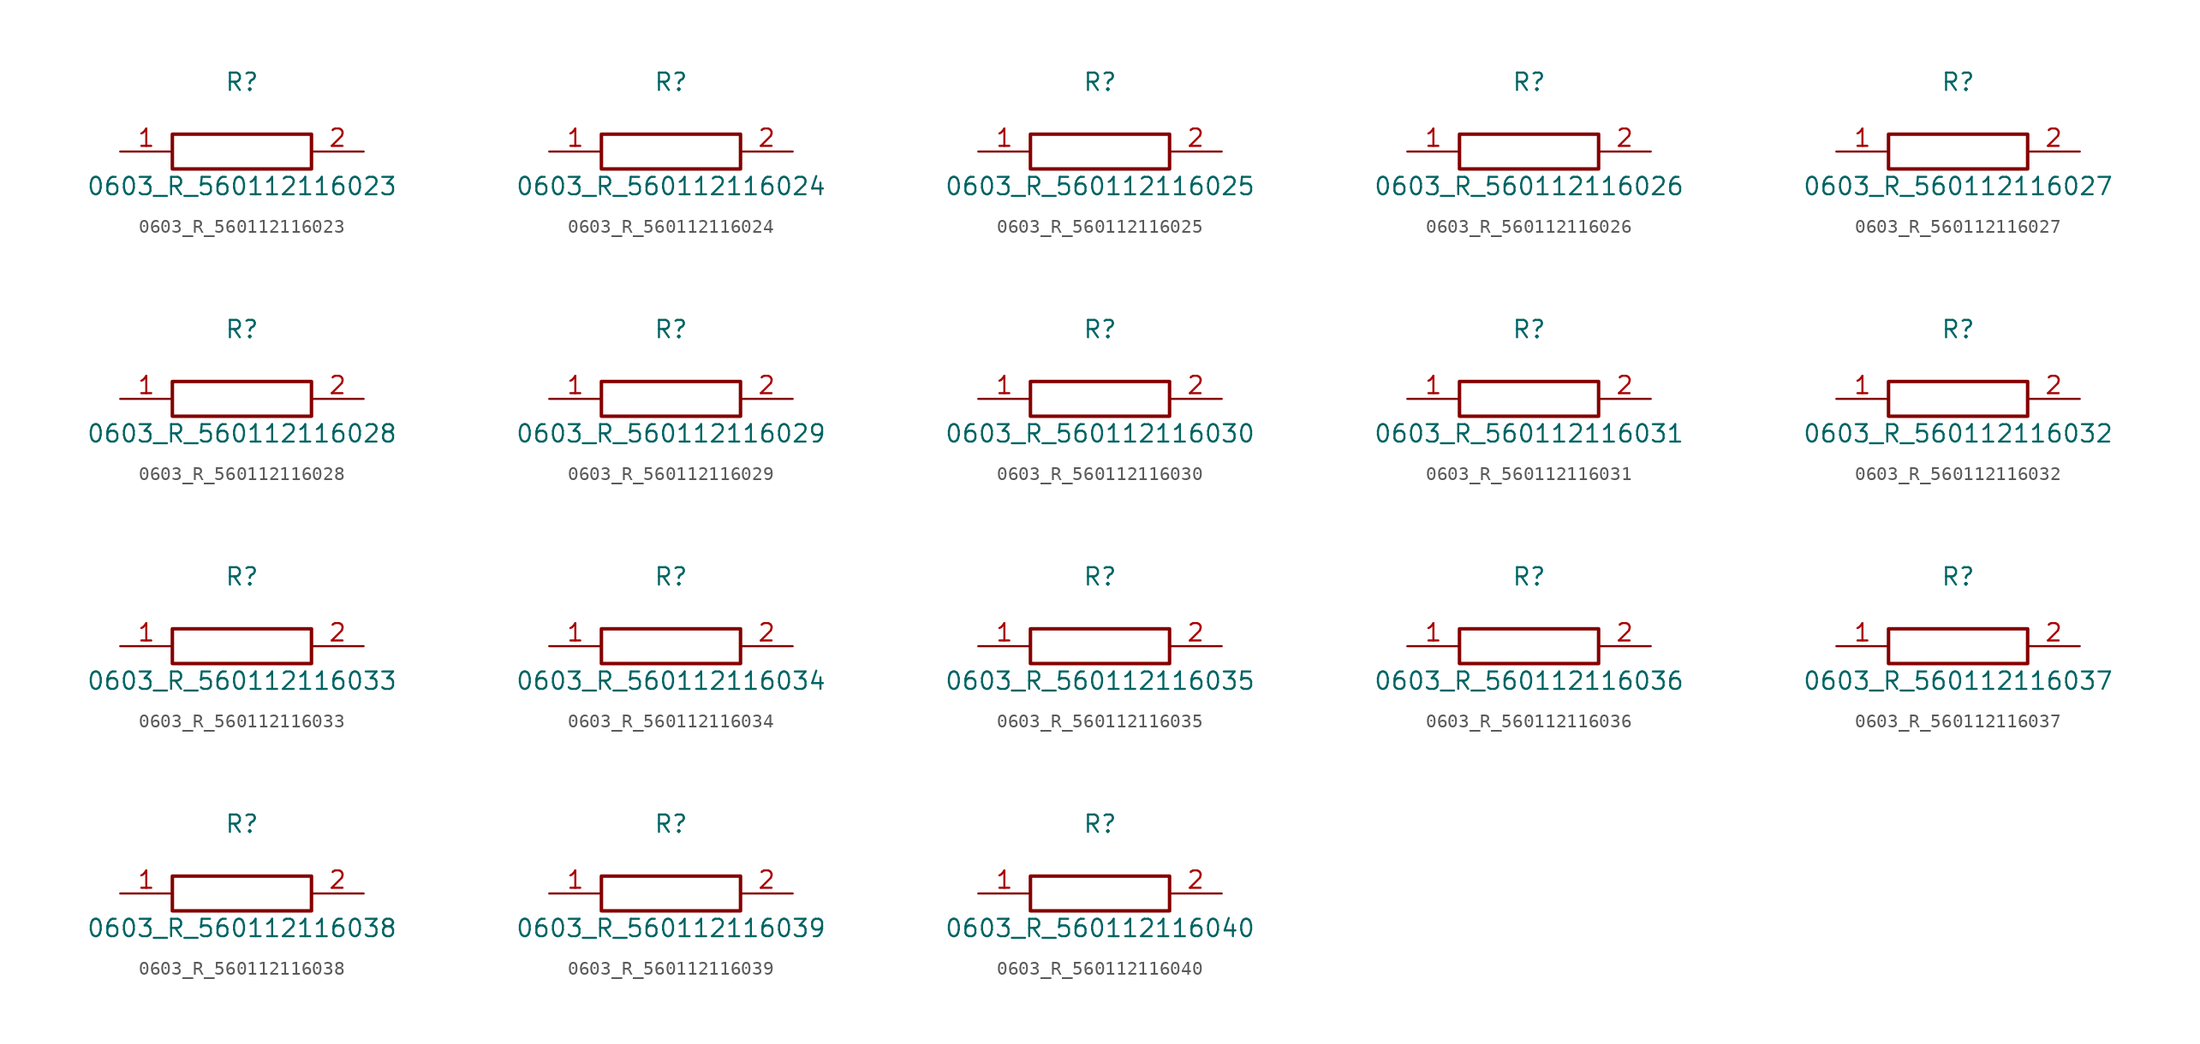
<source format=kicad_sym>
(kicad_symbol_lib
  (version 20211014)
  (generator kicad_symbol_editor)
  (symbol "Resistor_Wurth_WRIS-RSKS:0603_R_560112116023"
    (pin_names hide)
    (property "Reference" "R"
      (at 0 5.08 0)
      (effects (font (size 1.27 1.27))))
    (property "Value" "0603_R_560112116023"
      (at 0 -2.54 0)
      (effects (font (size 1.27 1.27))))
    (symbol "0603_R_560112116023_0_1"
      (rectangle (start -5.08 1.27) (end 5.08 -1.27) (stroke (width 0.254) (type solid)) (fill (type none)))
      (pin passive line (at -8.89 0 0) (length 3.81) (name "1" (effects (font (size 1.27 1.27)))) (number "1" (effects (font (size 1.27 1.27)))))
      (pin passive line (at 8.89 0 180) (length 3.81) (name "2" (effects (font (size 1.27 1.27)))) (number "2" (effects (font (size 1.27 1.27)))))))
  (symbol "Resistor_Wurth_WRIS-RSKS:0603_R_560112116024"
    (pin_names hide)
    (property "Reference" "R"
      (at 0 5.08 0)
      (effects (font (size 1.27 1.27))))
    (property "Value" "0603_R_560112116024"
      (at 0 -2.54 0)
      (effects (font (size 1.27 1.27))))
    (symbol "0603_R_560112116024_0_1"
      (rectangle (start -5.08 1.27) (end 5.08 -1.27) (stroke (width 0.254) (type solid)) (fill (type none)))
      (pin passive line (at -8.89 0 0) (length 3.81) (name "1" (effects (font (size 1.27 1.27)))) (number "1" (effects (font (size 1.27 1.27)))))
      (pin passive line (at 8.89 0 180) (length 3.81) (name "2" (effects (font (size 1.27 1.27)))) (number "2" (effects (font (size 1.27 1.27)))))))
  (symbol "Resistor_Wurth_WRIS-RSKS:0603_R_560112116025"
    (pin_names hide)
    (property "Reference" "R"
      (at 0 5.08 0)
      (effects (font (size 1.27 1.27))))
    (property "Value" "0603_R_560112116025"
      (at 0 -2.54 0)
      (effects (font (size 1.27 1.27))))
    (symbol "0603_R_560112116025_0_1"
      (rectangle (start -5.08 1.27) (end 5.08 -1.27) (stroke (width 0.254) (type solid)) (fill (type none)))
      (pin passive line (at -8.89 0 0) (length 3.81) (name "1" (effects (font (size 1.27 1.27)))) (number "1" (effects (font (size 1.27 1.27)))))
      (pin passive line (at 8.89 0 180) (length 3.81) (name "2" (effects (font (size 1.27 1.27)))) (number "2" (effects (font (size 1.27 1.27)))))))
  (symbol "Resistor_Wurth_WRIS-RSKS:0603_R_560112116026"
    (pin_names hide)
    (property "Reference" "R"
      (at 0 5.08 0)
      (effects (font (size 1.27 1.27))))
    (property "Value" "0603_R_560112116026"
      (at 0 -2.54 0)
      (effects (font (size 1.27 1.27))))
    (symbol "0603_R_560112116026_0_1"
      (rectangle (start -5.08 1.27) (end 5.08 -1.27) (stroke (width 0.254) (type solid)) (fill (type none)))
      (pin passive line (at -8.89 0 0) (length 3.81) (name "1" (effects (font (size 1.27 1.27)))) (number "1" (effects (font (size 1.27 1.27)))))
      (pin passive line (at 8.89 0 180) (length 3.81) (name "2" (effects (font (size 1.27 1.27)))) (number "2" (effects (font (size 1.27 1.27)))))))
  (symbol "Resistor_Wurth_WRIS-RSKS:0603_R_560112116027"
    (pin_names hide)
    (property "Reference" "R"
      (at 0 5.08 0)
      (effects (font (size 1.27 1.27))))
    (property "Value" "0603_R_560112116027"
      (at 0 -2.54 0)
      (effects (font (size 1.27 1.27))))
    (symbol "0603_R_560112116027_0_1"
      (rectangle (start -5.08 1.27) (end 5.08 -1.27) (stroke (width 0.254) (type solid)) (fill (type none)))
      (pin passive line (at -8.89 0 0) (length 3.81) (name "1" (effects (font (size 1.27 1.27)))) (number "1" (effects (font (size 1.27 1.27)))))
      (pin passive line (at 8.89 0 180) (length 3.81) (name "2" (effects (font (size 1.27 1.27)))) (number "2" (effects (font (size 1.27 1.27)))))))
  (symbol "Resistor_Wurth_WRIS-RSKS:0603_R_560112116028"
    (pin_names hide)
    (property "Reference" "R"
      (at 0 5.08 0)
      (effects (font (size 1.27 1.27))))
    (property "Value" "0603_R_560112116028"
      (at 0 -2.54 0)
      (effects (font (size 1.27 1.27))))
    (symbol "0603_R_560112116028_0_1"
      (rectangle (start -5.08 1.27) (end 5.08 -1.27) (stroke (width 0.254) (type solid)) (fill (type none)))
      (pin passive line (at -8.89 0 0) (length 3.81) (name "1" (effects (font (size 1.27 1.27)))) (number "1" (effects (font (size 1.27 1.27)))))
      (pin passive line (at 8.89 0 180) (length 3.81) (name "2" (effects (font (size 1.27 1.27)))) (number "2" (effects (font (size 1.27 1.27)))))))
  (symbol "Resistor_Wurth_WRIS-RSKS:0603_R_560112116029"
    (pin_names hide)
    (property "Reference" "R"
      (at 0 5.08 0)
      (effects (font (size 1.27 1.27))))
    (property "Value" "0603_R_560112116029"
      (at 0 -2.54 0)
      (effects (font (size 1.27 1.27))))
    (symbol "0603_R_560112116029_0_1"
      (rectangle (start -5.08 1.27) (end 5.08 -1.27) (stroke (width 0.254) (type solid)) (fill (type none)))
      (pin passive line (at -8.89 0 0) (length 3.81) (name "1" (effects (font (size 1.27 1.27)))) (number "1" (effects (font (size 1.27 1.27)))))
      (pin passive line (at 8.89 0 180) (length 3.81) (name "2" (effects (font (size 1.27 1.27)))) (number "2" (effects (font (size 1.27 1.27)))))))
  (symbol "Resistor_Wurth_WRIS-RSKS:0603_R_560112116030"
    (pin_names hide)
    (property "Reference" "R"
      (at 0 5.08 0)
      (effects (font (size 1.27 1.27))))
    (property "Value" "0603_R_560112116030"
      (at 0 -2.54 0)
      (effects (font (size 1.27 1.27))))
    (symbol "0603_R_560112116030_0_1"
      (rectangle (start -5.08 1.27) (end 5.08 -1.27) (stroke (width 0.254) (type solid)) (fill (type none)))
      (pin passive line (at -8.89 0 0) (length 3.81) (name "1" (effects (font (size 1.27 1.27)))) (number "1" (effects (font (size 1.27 1.27)))))
      (pin passive line (at 8.89 0 180) (length 3.81) (name "2" (effects (font (size 1.27 1.27)))) (number "2" (effects (font (size 1.27 1.27)))))))
  (symbol "Resistor_Wurth_WRIS-RSKS:0603_R_560112116031"
    (pin_names hide)
    (property "Reference" "R"
      (at 0 5.08 0)
      (effects (font (size 1.27 1.27))))
    (property "Value" "0603_R_560112116031"
      (at 0 -2.54 0)
      (effects (font (size 1.27 1.27))))
    (symbol "0603_R_560112116031_0_1"
      (rectangle (start -5.08 1.27) (end 5.08 -1.27) (stroke (width 0.254) (type solid)) (fill (type none)))
      (pin passive line (at -8.89 0 0) (length 3.81) (name "1" (effects (font (size 1.27 1.27)))) (number "1" (effects (font (size 1.27 1.27)))))
      (pin passive line (at 8.89 0 180) (length 3.81) (name "2" (effects (font (size 1.27 1.27)))) (number "2" (effects (font (size 1.27 1.27)))))))
  (symbol "Resistor_Wurth_WRIS-RSKS:0603_R_560112116032"
    (pin_names hide)
    (property "Reference" "R"
      (at 0 5.08 0)
      (effects (font (size 1.27 1.27))))
    (property "Value" "0603_R_560112116032"
      (at 0 -2.54 0)
      (effects (font (size 1.27 1.27))))
    (symbol "0603_R_560112116032_0_1"
      (rectangle (start -5.08 1.27) (end 5.08 -1.27) (stroke (width 0.254) (type solid)) (fill (type none)))
      (pin passive line (at -8.89 0 0) (length 3.81) (name "1" (effects (font (size 1.27 1.27)))) (number "1" (effects (font (size 1.27 1.27)))))
      (pin passive line (at 8.89 0 180) (length 3.81) (name "2" (effects (font (size 1.27 1.27)))) (number "2" (effects (font (size 1.27 1.27)))))))
  (symbol "Resistor_Wurth_WRIS-RSKS:0603_R_560112116033"
    (pin_names hide)
    (property "Reference" "R"
      (at 0 5.08 0)
      (effects (font (size 1.27 1.27))))
    (property "Value" "0603_R_560112116033"
      (at 0 -2.54 0)
      (effects (font (size 1.27 1.27))))
    (symbol "0603_R_560112116033_0_1"
      (rectangle (start -5.08 1.27) (end 5.08 -1.27) (stroke (width 0.254) (type solid)) (fill (type none)))
      (pin passive line (at -8.89 0 0) (length 3.81) (name "1" (effects (font (size 1.27 1.27)))) (number "1" (effects (font (size 1.27 1.27)))))
      (pin passive line (at 8.89 0 180) (length 3.81) (name "2" (effects (font (size 1.27 1.27)))) (number "2" (effects (font (size 1.27 1.27)))))))
  (symbol "Resistor_Wurth_WRIS-RSKS:0603_R_560112116034"
    (pin_names hide)
    (property "Reference" "R"
      (at 0 5.08 0)
      (effects (font (size 1.27 1.27))))
    (property "Value" "0603_R_560112116034"
      (at 0 -2.54 0)
      (effects (font (size 1.27 1.27))))
    (symbol "0603_R_560112116034_0_1"
      (rectangle (start -5.08 1.27) (end 5.08 -1.27) (stroke (width 0.254) (type solid)) (fill (type none)))
      (pin passive line (at -8.89 0 0) (length 3.81) (name "1" (effects (font (size 1.27 1.27)))) (number "1" (effects (font (size 1.27 1.27)))))
      (pin passive line (at 8.89 0 180) (length 3.81) (name "2" (effects (font (size 1.27 1.27)))) (number "2" (effects (font (size 1.27 1.27)))))))
  (symbol "Resistor_Wurth_WRIS-RSKS:0603_R_560112116035"
    (pin_names hide)
    (property "Reference" "R"
      (at 0 5.08 0)
      (effects (font (size 1.27 1.27))))
    (property "Value" "0603_R_560112116035"
      (at 0 -2.54 0)
      (effects (font (size 1.27 1.27))))
    (symbol "0603_R_560112116035_0_1"
      (rectangle (start -5.08 1.27) (end 5.08 -1.27) (stroke (width 0.254) (type solid)) (fill (type none)))
      (pin passive line (at -8.89 0 0) (length 3.81) (name "1" (effects (font (size 1.27 1.27)))) (number "1" (effects (font (size 1.27 1.27)))))
      (pin passive line (at 8.89 0 180) (length 3.81) (name "2" (effects (font (size 1.27 1.27)))) (number "2" (effects (font (size 1.27 1.27)))))))
  (symbol "Resistor_Wurth_WRIS-RSKS:0603_R_560112116036"
    (pin_names hide)
    (property "Reference" "R"
      (at 0 5.08 0)
      (effects (font (size 1.27 1.27))))
    (property "Value" "0603_R_560112116036"
      (at 0 -2.54 0)
      (effects (font (size 1.27 1.27))))
    (symbol "0603_R_560112116036_0_1"
      (rectangle (start -5.08 1.27) (end 5.08 -1.27) (stroke (width 0.254) (type solid)) (fill (type none)))
      (pin passive line (at -8.89 0 0) (length 3.81) (name "1" (effects (font (size 1.27 1.27)))) (number "1" (effects (font (size 1.27 1.27)))))
      (pin passive line (at 8.89 0 180) (length 3.81) (name "2" (effects (font (size 1.27 1.27)))) (number "2" (effects (font (size 1.27 1.27)))))))
  (symbol "Resistor_Wurth_WRIS-RSKS:0603_R_560112116037"
    (pin_names hide)
    (property "Reference" "R"
      (at 0 5.08 0)
      (effects (font (size 1.27 1.27))))
    (property "Value" "0603_R_560112116037"
      (at 0 -2.54 0)
      (effects (font (size 1.27 1.27))))
    (symbol "0603_R_560112116037_0_1"
      (rectangle (start -5.08 1.27) (end 5.08 -1.27) (stroke (width 0.254) (type solid)) (fill (type none)))
      (pin passive line (at -8.89 0 0) (length 3.81) (name "1" (effects (font (size 1.27 1.27)))) (number "1" (effects (font (size 1.27 1.27)))))
      (pin passive line (at 8.89 0 180) (length 3.81) (name "2" (effects (font (size 1.27 1.27)))) (number "2" (effects (font (size 1.27 1.27)))))))
  (symbol "Resistor_Wurth_WRIS-RSKS:0603_R_560112116038"
    (pin_names hide)
    (property "Reference" "R"
      (at 0 5.08 0)
      (effects (font (size 1.27 1.27))))
    (property "Value" "0603_R_560112116038"
      (at 0 -2.54 0)
      (effects (font (size 1.27 1.27))))
    (symbol "0603_R_560112116038_0_1"
      (rectangle (start -5.08 1.27) (end 5.08 -1.27) (stroke (width 0.254) (type solid)) (fill (type none)))
      (pin passive line (at -8.89 0 0) (length 3.81) (name "1" (effects (font (size 1.27 1.27)))) (number "1" (effects (font (size 1.27 1.27)))))
      (pin passive line (at 8.89 0 180) (length 3.81) (name "2" (effects (font (size 1.27 1.27)))) (number "2" (effects (font (size 1.27 1.27)))))))
  (symbol "Resistor_Wurth_WRIS-RSKS:0603_R_560112116039"
    (pin_names hide)
    (property "Reference" "R"
      (at 0 5.08 0)
      (effects (font (size 1.27 1.27))))
    (property "Value" "0603_R_560112116039"
      (at 0 -2.54 0)
      (effects (font (size 1.27 1.27))))
    (symbol "0603_R_560112116039_0_1"
      (rectangle (start -5.08 1.27) (end 5.08 -1.27) (stroke (width 0.254) (type solid)) (fill (type none)))
      (pin passive line (at -8.89 0 0) (length 3.81) (name "1" (effects (font (size 1.27 1.27)))) (number "1" (effects (font (size 1.27 1.27)))))
      (pin passive line (at 8.89 0 180) (length 3.81) (name "2" (effects (font (size 1.27 1.27)))) (number "2" (effects (font (size 1.27 1.27)))))))
  (symbol "Resistor_Wurth_WRIS-RSKS:0603_R_560112116040"
    (pin_names hide)
    (property "Reference" "R"
      (at 0 5.08 0)
      (effects (font (size 1.27 1.27))))
    (property "Value" "0603_R_560112116040"
      (at 0 -2.54 0)
      (effects (font (size 1.27 1.27))))
    (symbol "0603_R_560112116040_0_1"
      (rectangle (start -5.08 1.27) (end 5.08 -1.27) (stroke (width 0.254) (type solid)) (fill (type none)))
      (pin passive line (at -8.89 0 0) (length 3.81) (name "1" (effects (font (size 1.27 1.27)))) (number "1" (effects (font (size 1.27 1.27)))))
      (pin passive line (at 8.89 0 180) (length 3.81) (name "2" (effects (font (size 1.27 1.27)))) (number "2" (effects (font (size 1.27 1.27))))))))
</source>
